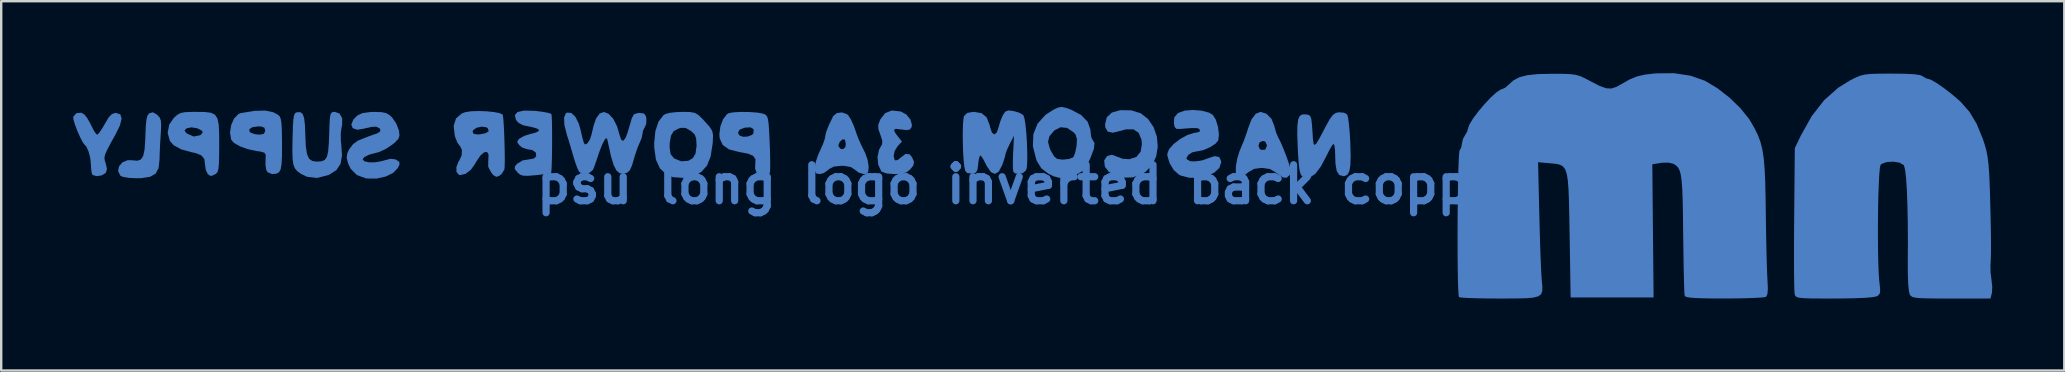
<source format=kicad_pcb>
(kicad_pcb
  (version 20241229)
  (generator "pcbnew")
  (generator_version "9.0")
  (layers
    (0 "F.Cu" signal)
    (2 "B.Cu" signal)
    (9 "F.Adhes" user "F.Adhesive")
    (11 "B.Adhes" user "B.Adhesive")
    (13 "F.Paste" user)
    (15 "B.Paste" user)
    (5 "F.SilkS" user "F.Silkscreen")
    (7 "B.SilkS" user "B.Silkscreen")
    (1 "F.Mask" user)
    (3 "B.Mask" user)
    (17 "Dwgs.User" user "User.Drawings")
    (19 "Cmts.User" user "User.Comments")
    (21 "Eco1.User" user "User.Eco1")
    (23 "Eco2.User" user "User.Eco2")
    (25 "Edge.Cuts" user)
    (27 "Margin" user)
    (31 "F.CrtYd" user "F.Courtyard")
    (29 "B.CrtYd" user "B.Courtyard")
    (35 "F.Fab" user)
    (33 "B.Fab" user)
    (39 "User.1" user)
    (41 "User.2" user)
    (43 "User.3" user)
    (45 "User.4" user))
  (footprint "psu long logo inverted back copper"
    (layer "F.Cu")
    (at 39.878 4.635)
    (property "Reference" "psu long logo inverted back copper" (at 0 0 0) (layer "B.Cu") (effects (font (size 1.5 1.5) (thickness 0.3))))
    (attr board_only exclude_from_pos_files exclude_from_bom)
    (fp_poly (pts (xy -36.393 -2.912) (xy -36.371 -2.893) (xy -36.277 -2.79) (xy -36.227 -2.664) (xy -36.213 -2.469) (xy -36.227 -2.158) (xy -36.233 -2.076) (xy -36.257 -1.691) (xy -36.275 -1.312) (xy -36.282 -1.031) (xy -36.321 -0.683) (xy -36.445 -0.451) (xy -36.678 -0.318) (xy -37.043 -0.263) (xy -37.222 -0.259) (xy -37.556 -0.274) (xy -37.804 -0.315) (xy -37.91 -0.363) (xy -38.008 -0.555) (xy -37.97 -0.755) (xy -37.827 -0.921) (xy -37.61 -1.012) (xy -37.422 -1.009) (xy -37.207 -0.988) (xy -37.058 -1.041) (xy -36.961 -1.19) (xy -36.904 -1.46) (xy -36.876 -1.872) (xy -36.871 -2.021) (xy -36.854 -2.433) (xy -36.827 -2.704) (xy -36.784 -2.867) (xy -36.719 -2.956) (xy -36.701 -2.968) (xy -36.555 -3.007)) (stroke (width 0) (type solid)) (fill yes) (layer "B.Cu"))
    (fp_poly (pts (xy 4.201 -3.088) (xy 4.593 -2.967) (xy 4.905 -2.723) (xy 5.131 -2.39) (xy 5.267 -1.999) (xy 5.306 -1.584) (xy 5.243 -1.178) (xy 5.074 -0.813) (xy 4.792 -0.523) (xy 4.627 -0.425) (xy 4.263 -0.295) (xy 3.908 -0.285) (xy 3.556 -0.369) (xy 3.271 -0.522) (xy 3.101 -0.741) (xy 3.074 -0.99) (xy 3.078 -1.009) (xy 3.197 -1.187) (xy 3.396 -1.238) (xy 3.623 -1.152) (xy 3.84 -1.071) (xy 4.118 -1.053) (xy 4.125 -1.053) (xy 4.415 -1.149) (xy 4.592 -1.366) (xy 4.646 -1.687) (xy 4.626 -1.869) (xy 4.509 -2.153) (xy 4.294 -2.296) (xy 3.98 -2.297) (xy 3.758 -2.234) (xy 3.432 -2.156) (xy 3.223 -2.201) (xy 3.122 -2.372) (xy 3.11 -2.504) (xy 3.182 -2.798) (xy 3.392 -2.996) (xy 3.735 -3.094)) (stroke (width 0) (type solid)) (fill yes) (layer "B.Cu"))
    (fp_poly (pts (xy -39.424 -2.925) (xy -39.302 -2.776) (xy -39.166 -2.54) (xy -39.119 -2.441) (xy -39.007 -2.223) (xy -38.911 -2.091) (xy -38.879 -2.073) (xy -38.8 -2.144) (xy -38.675 -2.326) (xy -38.559 -2.527) (xy -38.4 -2.795) (xy -38.266 -2.935) (xy -38.125 -2.98) (xy -38.1 -2.981) (xy -37.917 -2.922) (xy -37.861 -2.748) (xy -37.932 -2.459) (xy -38.108 -2.097) (xy -38.323 -1.709) (xy -38.465 -1.44) (xy -38.546 -1.256) (xy -38.577 -1.126) (xy -38.568 -1.017) (xy -38.53 -0.896) (xy -38.523 -0.875) (xy -38.471 -0.646) (xy -38.518 -0.494) (xy -38.533 -0.473) (xy -38.695 -0.376) (xy -38.905 -0.346) (xy -39.071 -0.396) (xy -39.079 -0.403) (xy -39.117 -0.52) (xy -39.136 -0.735) (xy -39.137 -0.786) (xy -39.165 -1.085) (xy -39.237 -1.371) (xy -39.334 -1.581) (xy -39.39 -1.64) (xy -39.478 -1.754) (xy -39.592 -1.974) (xy -39.711 -2.245) (xy -39.812 -2.515) (xy -39.873 -2.728) (xy -39.878 -2.822) (xy -39.744 -2.97) (xy -39.55 -2.99)) (stroke (width 0) (type solid)) (fill yes) (layer "B.Cu"))
    (fp_poly (pts (xy -5.408 -3.042) (xy -5.4 -3.039) (xy -5.166 -2.912) (xy -4.999 -2.707) (xy -4.936 -2.481) (xy -4.953 -2.382) (xy -5.024 -2.288) (xy -5.167 -2.266) (xy -5.357 -2.289) (xy -5.598 -2.317) (xy -5.686 -2.278) (xy -5.633 -2.15) (xy -5.527 -2.008) (xy -5.353 -1.786) (xy -5.527 -1.6) (xy -5.655 -1.398) (xy -5.701 -1.185) (xy -5.656 -1.026) (xy -5.627 -1.001) (xy -5.521 -1.022) (xy -5.398 -1.125) (xy -5.2 -1.275) (xy -5.032 -1.257) (xy -4.928 -1.129) (xy -4.849 -0.938) (xy -4.879 -0.789) (xy -5.014 -0.621) (xy -5.17 -0.501) (xy -5.384 -0.444) (xy -5.652 -0.432) (xy -5.984 -0.457) (xy -6.187 -0.529) (xy -6.214 -0.554) (xy -6.338 -0.817) (xy -6.371 -1.142) (xy -6.308 -1.442) (xy -6.268 -1.517) (xy -6.18 -1.677) (xy -6.17 -1.82) (xy -6.235 -2.026) (xy -6.256 -2.08) (xy -6.336 -2.313) (xy -6.339 -2.483) (xy -6.265 -2.682) (xy -6.248 -2.717) (xy -6.052 -2.973) (xy -5.775 -3.081)) (stroke (width 0) (type solid)) (fill yes) (layer "B.Cu"))
    (fp_poly (pts (xy -34.395 -3.019) (xy -34.141 -2.988) (xy -33.971 -2.905) (xy -33.868 -2.747) (xy -33.816 -2.489) (xy -33.797 -2.105) (xy -33.795 -1.618) (xy -33.799 -1.158) (xy -33.809 -0.841) (xy -33.831 -0.636) (xy -33.868 -0.516) (xy -33.925 -0.45) (xy -33.956 -0.43) (xy -34.108 -0.358) (xy -34.197 -0.373) (xy -34.281 -0.449) (xy -34.355 -0.605) (xy -34.385 -0.827) (xy -34.418 -1.064) (xy -34.541 -1.214) (xy -34.788 -1.31) (xy -34.947 -1.343) (xy -35.374 -1.461) (xy -35.692 -1.633) (xy -35.851 -1.81) (xy -35.944 -2.151) (xy -35.924 -2.25) (xy -35.24 -2.25) (xy -35.183 -2.162) (xy -35.124 -2.115) (xy -34.858 -1.996) (xy -34.595 -2.05) (xy -34.559 -2.071) (xy -34.482 -2.176) (xy -34.515 -2.237) (xy -34.708 -2.341) (xy -34.951 -2.38) (xy -35.151 -2.339) (xy -35.163 -2.332) (xy -35.24 -2.25) (xy -35.924 -2.25) (xy -35.877 -2.496) (xy -35.688 -2.771) (xy -35.548 -2.899) (xy -35.41 -2.974) (xy -35.226 -3.011) (xy -34.943 -3.023) (xy -34.751 -3.024)) (stroke (width 0) (type solid)) (fill yes) (layer "B.Cu"))
    (fp_poly (pts (xy -31.539 -3.008) (xy -31.337 -2.898) (xy -31.272 -2.83) (xy -31.228 -2.718) (xy -31.2 -2.531) (xy -31.186 -2.24) (xy -31.18 -1.814) (xy -31.179 -1.682) (xy -31.181 -1.194) (xy -31.197 -0.853) (xy -31.235 -0.633) (xy -31.303 -0.507) (xy -31.411 -0.449) (xy -31.567 -0.434) (xy -31.593 -0.433) (xy -31.776 -0.506) (xy -31.837 -0.606) (xy -31.868 -0.818) (xy -31.864 -1.06) (xy -31.858 -1.232) (xy -31.911 -1.322) (xy -32.069 -1.368) (xy -32.225 -1.391) (xy -32.599 -1.469) (xy -32.932 -1.589) (xy -33.181 -1.731) (xy -33.295 -1.861) (xy -33.345 -2.159) (xy -33.323 -2.308) (xy -32.538 -2.308) (xy -32.535 -2.205) (xy -32.474 -2.152) (xy -32.3 -2.094) (xy -32.117 -2.075) (xy -31.938 -2.106) (xy -31.88 -2.224) (xy -31.88 -2.246) (xy -31.914 -2.366) (xy -32.048 -2.414) (xy -32.177 -2.419) (xy -32.41 -2.387) (xy -32.538 -2.308) (xy -33.323 -2.308) (xy -33.299 -2.472) (xy -33.176 -2.748) (xy -32.996 -2.933) (xy -32.893 -2.974) (xy -32.32 -3.067) (xy -31.877 -3.078)) (stroke (width 0) (type solid)) (fill yes) (layer "B.Cu"))
    (fp_poly (pts (xy -11.72 -3.018) (xy -11.396 -2.996) (xy -11.158 -2.957) (xy -11.121 -2.945) (xy -11.036 -2.905) (xy -10.976 -2.842) (xy -10.935 -2.727) (xy -10.907 -2.529) (xy -10.885 -2.22) (xy -10.864 -1.771) (xy -10.862 -1.727) (xy -10.846 -1.293) (xy -10.84 -0.915) (xy -10.843 -0.632) (xy -10.855 -0.478) (xy -10.858 -0.467) (xy -10.974 -0.368) (xy -11.163 -0.354) (xy -11.349 -0.425) (xy -11.404 -0.475) (xy -11.471 -0.666) (xy -11.461 -0.862) (xy -11.456 -1.057) (xy -11.552 -1.192) (xy -11.772 -1.285) (xy -12.139 -1.353) (xy -12.552 -1.458) (xy -12.818 -1.644) (xy -12.945 -1.92) (xy -12.959 -2.084) (xy -12.95 -2.157) (xy -12.184 -2.157) (xy -12.124 -2.045) (xy -11.97 -1.986) (xy -11.764 -1.999) (xy -11.591 -2.07) (xy -11.54 -2.131) (xy -11.531 -2.302) (xy -11.662 -2.381) (xy -11.906 -2.366) (xy -12.116 -2.282) (xy -12.184 -2.157) (xy -12.95 -2.157) (xy -12.916 -2.423) (xy -12.802 -2.722) (xy -12.643 -2.926) (xy -12.567 -2.97) (xy -12.37 -3.006) (xy -12.066 -3.022)) (stroke (width 0) (type solid)) (fill yes) (layer "B.Cu"))
    (fp_poly (pts (xy -28.778 -2.952) (xy -28.673 -2.759) (xy -28.673 -2.479) (xy -28.698 -2.377) (xy -28.732 -2.133) (xy -28.728 -1.82) (xy -28.713 -1.685) (xy -28.68 -1.209) (xy -28.741 -0.858) (xy -28.91 -0.602) (xy -29.198 -0.415) (xy -29.257 -0.389) (xy -29.717 -0.271) (xy -30.135 -0.32) (xy -30.39 -0.442) (xy -30.537 -0.548) (xy -30.64 -0.666) (xy -30.704 -0.826) (xy -30.738 -1.061) (xy -30.748 -1.4) (xy -30.741 -1.874) (xy -30.738 -1.986) (xy -30.725 -2.416) (xy -30.706 -2.704) (xy -30.678 -2.878) (xy -30.634 -2.969) (xy -30.569 -3.006) (xy -30.553 -3.009) (xy -30.411 -3.01) (xy -30.315 -2.933) (xy -30.255 -2.754) (xy -30.222 -2.448) (xy -30.208 -2.052) (xy -30.188 -1.587) (xy -30.139 -1.269) (xy -30.052 -1.073) (xy -29.914 -0.976) (xy -29.731 -0.952) (xy -29.533 -0.966) (xy -29.396 -1.023) (xy -29.308 -1.151) (xy -29.257 -1.377) (xy -29.228 -1.73) (xy -29.215 -2.07) (xy -29.201 -2.486) (xy -29.185 -2.759) (xy -29.158 -2.919) (xy -29.113 -2.997) (xy -29.044 -3.022) (xy -28.975 -3.024)) (stroke (width 0) (type solid)) (fill yes) (layer "B.Cu"))
    (fp_poly (pts (xy 9.836 -2.945) (xy 10.042 -2.735) (xy 10.161 -2.439) (xy 10.161 -2.438) (xy 10.231 -2.175) (xy 10.322 -1.96) (xy 10.332 -1.944) (xy 10.415 -1.78) (xy 10.532 -1.509) (xy 10.66 -1.185) (xy 10.675 -1.144) (xy 10.791 -0.808) (xy 10.843 -0.591) (xy 10.837 -0.457) (xy 10.799 -0.388) (xy 10.674 -0.281) (xy 10.536 -0.286) (xy 10.342 -0.412) (xy 10.265 -0.475) (xy 9.98 -0.643) (xy 9.639 -0.691) (xy 9.318 -0.65) (xy 9.07 -0.505) (xy 9.036 -0.475) (xy 8.837 -0.31) (xy 8.706 -0.265) (xy 8.611 -0.317) (xy 8.556 -0.475) (xy 8.559 -0.741) (xy 8.613 -1.064) (xy 8.713 -1.391) (xy 8.757 -1.496) (xy 8.804 -1.61) (xy 9.5 -1.61) (xy 9.555 -1.478) (xy 9.611 -1.444) (xy 9.775 -1.443) (xy 9.846 -1.586) (xy 9.849 -1.647) (xy 9.785 -1.787) (xy 9.676 -1.814) (xy 9.545 -1.75) (xy 9.5 -1.61) (xy 8.804 -1.61) (xy 8.897 -1.833) (xy 9.022 -2.184) (xy 9.067 -2.333) (xy 9.211 -2.711) (xy 9.39 -2.946) (xy 9.584 -3.024)) (stroke (width 0) (type solid)) (fill yes) (layer "B.Cu"))
    (fp_poly (pts (xy -14.182 -3.018) (xy -13.983 -2.983) (xy -13.825 -2.89) (xy -13.642 -2.71) (xy -13.564 -2.625) (xy -13.364 -2.401) (xy -13.258 -2.234) (xy -13.222 -2.057) (xy -13.232 -1.8) (xy -13.24 -1.696) (xy -13.322 -1.17) (xy -13.474 -0.786) (xy -13.708 -0.524) (xy -13.947 -0.396) (xy -14.447 -0.273) (xy -14.891 -0.304) (xy -15.169 -0.422) (xy -15.437 -0.672) (xy -15.603 -1.039) (xy -15.671 -1.536) (xy -15.671 -1.538) (xy -15.031 -1.538) (xy -14.991 -1.267) (xy -14.852 -1.093) (xy -14.841 -1.085) (xy -14.548 -0.965) (xy -14.253 -0.986) (xy -14.068 -1.093) (xy -13.953 -1.281) (xy -13.91 -1.589) (xy -13.91 -1.649) (xy -13.925 -1.919) (xy -13.991 -2.087) (xy -14.137 -2.224) (xy -14.159 -2.239) (xy -14.365 -2.355) (xy -14.55 -2.361) (xy -14.669 -2.326) (xy -14.864 -2.216) (xy -14.977 -2.028) (xy -15.026 -1.727) (xy -15.031 -1.538) (xy -15.671 -1.538) (xy -15.674 -1.728) (xy -15.624 -2.227) (xy -15.493 -2.619) (xy -15.291 -2.881) (xy -15.21 -2.935) (xy -15.039 -2.982) (xy -14.76 -3.014) (xy -14.488 -3.024)) (stroke (width 0) (type solid)) (fill yes) (layer "B.Cu"))
    (fp_poly (pts (xy -7.64 -2.926) (xy -7.586 -2.877) (xy -7.476 -2.703) (xy -7.358 -2.442) (xy -7.311 -2.312) (xy -7.224 -2.061) (xy -7.148 -1.864) (xy -7.053 -1.654) (xy -6.911 -1.366) (xy -6.883 -1.311) (xy -6.782 -1.026) (xy -6.739 -0.736) (xy -6.739 -0.727) (xy -6.757 -0.525) (xy -6.833 -0.444) (xy -6.941 -0.432) (xy -7.153 -0.494) (xy -7.3 -0.605) (xy -7.48 -0.727) (xy -7.757 -0.775) (xy -7.862 -0.778) (xy -8.176 -0.748) (xy -8.378 -0.649) (xy -8.423 -0.605) (xy -8.616 -0.472) (xy -8.782 -0.432) (xy -8.926 -0.461) (xy -8.98 -0.584) (xy -8.985 -0.7) (xy -8.946 -0.932) (xy -8.846 -1.228) (xy -8.769 -1.398) (xy -8.673 -1.612) (xy -8.004 -1.612) (xy -7.923 -1.493) (xy -7.814 -1.469) (xy -7.715 -1.544) (xy -7.689 -1.685) (xy -7.725 -1.864) (xy -7.824 -1.883) (xy -7.945 -1.775) (xy -8.004 -1.612) (xy -8.673 -1.612) (xy -8.648 -1.666) (xy -8.57 -1.889) (xy -8.553 -1.981) (xy -8.51 -2.183) (xy -8.39 -2.49) (xy -8.215 -2.851) (xy -8.065 -2.975) (xy -7.848 -3.001)) (stroke (width 0) (type solid)) (fill yes) (layer "B.Cu"))
    (fp_poly (pts (xy -20.671 -3.068) (xy -20.605 -3.062) (xy -20.299 -3.024) (xy -20.068 -2.979) (xy -19.958 -2.937) (xy -19.957 -2.935) (xy -19.943 -2.83) (xy -19.933 -2.594) (xy -19.928 -2.264) (xy -19.926 -1.878) (xy -19.929 -1.477) (xy -19.935 -1.097) (xy -19.944 -0.778) (xy -19.956 -0.558) (xy -19.97 -0.477) (xy -20.065 -0.454) (xy -20.285 -0.423) (xy -20.585 -0.389) (xy -20.605 -0.387) (xy -20.93 -0.361) (xy -21.133 -0.365) (xy -21.262 -0.409) (xy -21.366 -0.5) (xy -21.374 -0.509) (xy -21.484 -0.649) (xy -21.476 -0.75) (xy -21.383 -0.864) (xy -21.148 -1.005) (xy -20.935 -1.037) (xy -20.689 -1.079) (xy -20.59 -1.175) (xy -20.605 -1.329) (xy -20.757 -1.435) (xy -20.959 -1.467) (xy -21.157 -1.53) (xy -21.284 -1.627) (xy -21.379 -1.757) (xy -21.347 -1.851) (xy -21.275 -1.919) (xy -21.089 -2.023) (xy -20.834 -2.103) (xy -20.799 -2.11) (xy -20.592 -2.166) (xy -20.481 -2.233) (xy -20.476 -2.249) (xy -20.497 -2.296) (xy -20.583 -2.339) (xy -20.766 -2.389) (xy -21.082 -2.456) (xy -21.143 -2.469) (xy -21.334 -2.573) (xy -21.434 -2.694) (xy -21.479 -2.89) (xy -21.368 -3.018) (xy -21.098 -3.077)) (stroke (width 0) (type solid)) (fill yes) (layer "B.Cu"))
    (fp_poly (pts (xy 1.481 -3.193) (xy 1.69 -3.117) (xy 2.11 -2.896) (xy 2.384 -2.613) (xy 2.502 -2.28) (xy 2.505 -2.203) (xy 2.529 -1.99) (xy 2.585 -1.862) (xy 2.592 -1.857) (xy 2.67 -1.722) (xy 2.641 -1.474) (xy 2.502 -1.105) (xy 2.455 -1.001) (xy 2.31 -0.724) (xy 2.17 -0.558) (xy 1.983 -0.45) (xy 1.835 -0.394) (xy 1.481 -0.292) (xy 1.212 -0.274) (xy 0.958 -0.344) (xy 0.736 -0.457) (xy 0.455 -0.673) (xy 0.271 -0.972) (xy 0.244 -1.038) (xy 0.103 -1.594) (xy 0.11 -1.773) (xy 0.733 -1.773) (xy 0.811 -1.492) (xy 0.861 -1.387) (xy 0.989 -1.168) (xy 1.115 -1.066) (xy 1.303 -1.038) (xy 1.373 -1.037) (xy 1.611 -1.063) (xy 1.774 -1.127) (xy 1.792 -1.145) (xy 1.856 -1.294) (xy 1.911 -1.536) (xy 1.925 -1.627) (xy 1.938 -1.9) (xy 1.88 -2.079) (xy 1.809 -2.165) (xy 1.53 -2.356) (xy 1.252 -2.384) (xy 0.995 -2.248) (xy 0.99 -2.243) (xy 0.79 -2.005) (xy 0.733 -1.773) (xy 0.11 -1.773) (xy 0.123 -2.096) (xy 0.299 -2.535) (xy 0.628 -2.901) (xy 0.961 -3.115) (xy 1.154 -3.205) (xy 1.303 -3.231)) (stroke (width 0) (type solid)) (fill yes) (layer "B.Cu"))
    (fp_poly (pts (xy 7.121 -3.076) (xy 7.432 -2.996) (xy 7.596 -2.901) (xy 7.722 -2.703) (xy 7.813 -2.409) (xy 7.853 -2.095) (xy 7.827 -1.839) (xy 7.712 -1.7) (xy 7.491 -1.556) (xy 7.226 -1.44) (xy 6.978 -1.384) (xy 6.942 -1.382) (xy 6.744 -1.338) (xy 6.58 -1.233) (xy 6.503 -1.109) (xy 6.515 -1.05) (xy 6.656 -0.969) (xy 6.899 -0.958) (xy 7.189 -1.012) (xy 7.395 -1.089) (xy 7.681 -1.181) (xy 7.868 -1.141) (xy 7.946 -0.97) (xy 7.948 -0.923) (xy 7.87 -0.687) (xy 7.66 -0.493) (xy 7.357 -0.352) (xy 6.999 -0.277) (xy 6.625 -0.278) (xy 6.274 -0.367) (xy 6.191 -0.406) (xy 5.974 -0.597) (xy 5.799 -0.886) (xy 5.707 -1.197) (xy 5.702 -1.276) (xy 5.777 -1.472) (xy 5.971 -1.689) (xy 6.24 -1.896) (xy 6.541 -2.061) (xy 6.827 -2.152) (xy 6.923 -2.16) (xy 7.051 -2.202) (xy 7.062 -2.268) (xy 7.02 -2.323) (xy 6.922 -2.35) (xy 6.731 -2.351) (xy 6.416 -2.328) (xy 6.264 -2.314) (xy 6.082 -2.316) (xy 6.004 -2.403) (xy 5.978 -2.565) (xy 5.994 -2.794) (xy 6.125 -2.952) (xy 6.173 -2.986) (xy 6.424 -3.075) (xy 6.762 -3.104)) (stroke (width 0) (type solid)) (fill yes) (layer "B.Cu"))
    (fp_poly (pts (xy 13.061 -2.99) (xy 13.193 -2.92) (xy 13.23 -2.794) (xy 13.268 -2.533) (xy 13.301 -2.174) (xy 13.326 -1.754) (xy 13.327 -1.724) (xy 13.341 -1.193) (xy 13.33 -0.812) (xy 13.288 -0.559) (xy 13.212 -0.412) (xy 13.097 -0.351) (xy 13.032 -0.346) (xy 12.866 -0.395) (xy 12.762 -0.556) (xy 12.71 -0.85) (xy 12.7 -1.146) (xy 12.69 -1.432) (xy 12.664 -1.627) (xy 12.627 -1.692) (xy 12.624 -1.691) (xy 12.546 -1.591) (xy 12.431 -1.386) (xy 12.356 -1.232) (xy 12.105 -0.756) (xy 11.871 -0.444) (xy 11.646 -0.292) (xy 11.423 -0.292) (xy 11.318 -0.344) (xy 11.259 -0.422) (xy 11.213 -0.59) (xy 11.178 -0.872) (xy 11.149 -1.291) (xy 11.137 -1.53) (xy 11.118 -2.063) (xy 11.122 -2.446) (xy 11.154 -2.702) (xy 11.219 -2.851) (xy 11.323 -2.917) (xy 11.472 -2.921) (xy 11.475 -2.921) (xy 11.59 -2.899) (xy 11.662 -2.843) (xy 11.704 -2.716) (xy 11.731 -2.48) (xy 11.75 -2.203) (xy 11.77 -1.892) (xy 11.796 -1.703) (xy 11.84 -1.642) (xy 11.918 -1.715) (xy 12.045 -1.928) (xy 12.234 -2.285) (xy 12.303 -2.419) (xy 12.469 -2.719) (xy 12.599 -2.894) (xy 12.725 -2.98) (xy 12.849 -3.007)) (stroke (width 0) (type solid)) (fill yes) (layer "B.Cu"))
    (fp_poly (pts (xy -27.029 -3.013) (xy -26.831 -2.971) (xy -26.68 -2.875) (xy -26.589 -2.786) (xy -26.418 -2.536) (xy -26.31 -2.253) (xy -26.307 -2.238) (xy -26.285 -2.042) (xy -26.328 -1.902) (xy -26.467 -1.757) (xy -26.594 -1.654) (xy -26.859 -1.479) (xy -27.129 -1.354) (xy -27.227 -1.327) (xy -27.542 -1.244) (xy -27.751 -1.142) (xy -27.819 -1.044) (xy -27.743 -0.964) (xy -27.551 -0.922) (xy -27.294 -0.924) (xy -27.025 -0.972) (xy -26.95 -0.995) (xy -26.657 -1.07) (xy -26.456 -1.045) (xy -26.429 -1.033) (xy -26.294 -0.943) (xy -26.28 -0.841) (xy -26.352 -0.687) (xy -26.55 -0.481) (xy -26.865 -0.328) (xy -27.246 -0.245) (xy -27.641 -0.249) (xy -27.69 -0.257) (xy -28.063 -0.393) (xy -28.322 -0.657) (xy -28.422 -0.868) (xy -28.486 -1.106) (xy -28.459 -1.298) (xy -28.388 -1.455) (xy -28.224 -1.673) (xy -28.023 -1.823) (xy -28.009 -1.829) (xy -27.771 -1.925) (xy -27.603 -1.992) (xy -27.373 -2.075) (xy -27.231 -2.119) (xy -27.086 -2.209) (xy -27.092 -2.322) (xy -27.245 -2.404) (xy -27.257 -2.407) (xy -27.44 -2.4) (xy -27.69 -2.346) (xy -27.744 -2.329) (xy -28.045 -2.28) (xy -28.233 -2.345) (xy -28.293 -2.495) (xy -28.209 -2.7) (xy -28.044 -2.871) (xy -27.831 -2.973) (xy -27.495 -3.018) (xy -27.338 -3.022)) (stroke (width 0) (type solid)) (fill yes) (layer "B.Cu"))
    (fp_poly (pts (xy -22.665 -3.049) (xy -22.354 -3.018) (xy -22.112 -2.972) (xy -21.988 -2.913) (xy -21.982 -2.903) (xy -21.961 -2.764) (xy -21.942 -2.497) (xy -21.924 -2.143) (xy -21.91 -1.748) (xy -21.901 -1.355) (xy -21.898 -1.006) (xy -21.903 -0.746) (xy -21.914 -0.624) (xy -22.019 -0.45) (xy -22.118 -0.365) (xy -22.248 -0.316) (xy -22.366 -0.382) (xy -22.459 -0.491) (xy -22.589 -0.737) (xy -22.586 -0.997) (xy -22.573 -1.245) (xy -22.638 -1.357) (xy -22.762 -1.339) (xy -22.921 -1.196) (xy -23.096 -0.934) (xy -23.136 -0.858) (xy -23.314 -0.609) (xy -23.535 -0.443) (xy -23.751 -0.391) (xy -23.814 -0.405) (xy -23.91 -0.522) (xy -23.915 -0.722) (xy -23.831 -0.942) (xy -23.799 -0.988) (xy -23.695 -1.212) (xy -23.683 -1.44) (xy -23.764 -1.603) (xy -23.782 -1.616) (xy -23.87 -1.737) (xy -23.959 -1.959) (xy -23.984 -2.045) (xy -24 -2.196) (xy -23.24 -2.196) (xy -23.195 -2.108) (xy -23.034 -2.084) (xy -22.923 -2.09) (xy -22.706 -2.134) (xy -22.579 -2.209) (xy -22.57 -2.225) (xy -22.606 -2.343) (xy -22.672 -2.385) (xy -22.873 -2.409) (xy -23.078 -2.36) (xy -23.217 -2.262) (xy -23.24 -2.196) (xy -24 -2.196) (xy -24.027 -2.445) (xy -23.93 -2.75) (xy -23.697 -2.954) (xy -23.544 -3.012) (xy -23.308 -3.049) (xy -22.999 -3.06)) (stroke (width 0) (type solid)) (fill yes) (layer "B.Cu"))
    (fp_poly (pts (xy -0.709 -3.061) (xy -0.473 -2.993) (xy -0.308 -2.902) (xy -0.294 -2.886) (xy -0.246 -2.745) (xy -0.204 -2.474) (xy -0.169 -2.119) (xy -0.144 -1.721) (xy -0.131 -1.324) (xy -0.132 -0.974) (xy -0.15 -0.712) (xy -0.178 -0.594) (xy -0.31 -0.478) (xy -0.495 -0.434) (xy -0.658 -0.471) (xy -0.715 -0.54) (xy -0.729 -0.673) (xy -0.732 -0.929) (xy -0.722 -1.258) (xy -0.718 -1.339) (xy -0.683 -2.03) (xy -0.86 -1.691) (xy -0.968 -1.464) (xy -1.031 -1.297) (xy -1.037 -1.262) (xy -1.066 -1.132) (xy -1.139 -0.909) (xy -1.18 -0.798) (xy -1.322 -0.533) (xy -1.479 -0.44) (xy -1.646 -0.517) (xy -1.818 -0.766) (xy -1.855 -0.842) (xy -1.968 -1.059) (xy -2.06 -1.191) (xy -2.088 -1.21) (xy -2.131 -1.133) (xy -2.167 -0.939) (xy -2.176 -0.842) (xy -2.207 -0.607) (xy -2.274 -0.494) (xy -2.41 -0.451) (xy -2.43 -0.449) (xy -2.638 -0.478) (xy -2.718 -0.578) (xy -2.756 -0.758) (xy -2.786 -1.056) (xy -2.807 -1.43) (xy -2.818 -1.834) (xy -2.818 -2.224) (xy -2.806 -2.557) (xy -2.782 -2.787) (xy -2.762 -2.856) (xy -2.628 -2.981) (xy -2.382 -3.023) (xy -2.343 -3.024) (xy -2.033 -2.97) (xy -1.825 -2.796) (xy -1.7 -2.482) (xy -1.682 -2.397) (xy -1.604 -2.161) (xy -1.502 -2.084) (xy -1.4 -2.167) (xy -1.336 -2.354) (xy -1.251 -2.639) (xy -1.152 -2.876) (xy -1.051 -3.032) (xy -0.925 -3.084)) (stroke (width 0) (type solid)) (fill yes) (layer "B.Cu"))
    (fp_poly (pts (xy -17.568 -2.94) (xy -17.381 -2.738) (xy -17.221 -2.424) (xy -17.114 -2.055) (xy -17.044 -1.854) (xy -16.957 -1.821) (xy -16.858 -1.955) (xy -16.779 -2.173) (xy -16.695 -2.458) (xy -16.621 -2.709) (xy -16.604 -2.765) (xy -16.512 -2.927) (xy -16.33 -2.98) (xy -16.283 -2.981) (xy -16.095 -2.954) (xy -16.016 -2.84) (xy -15.998 -2.733) (xy -16.007 -2.521) (xy -16.063 -2.391) (xy -16.143 -2.23) (xy -16.156 -2.134) (xy -16.195 -1.938) (xy -16.277 -1.741) (xy -16.375 -1.512) (xy -16.474 -1.216) (xy -16.501 -1.123) (xy -16.598 -0.792) (xy -16.687 -0.594) (xy -16.794 -0.492) (xy -16.942 -0.45) (xy -16.958 -0.448) (xy -17.115 -0.468) (xy -17.246 -0.581) (xy -17.362 -0.807) (xy -17.471 -1.165) (xy -17.583 -1.674) (xy -17.599 -1.754) (xy -17.639 -1.914) (xy -17.689 -1.921) (xy -17.751 -1.84) (xy -17.835 -1.673) (xy -17.941 -1.409) (xy -18.01 -1.21) (xy -18.105 -0.926) (xy -18.188 -0.697) (xy -18.227 -0.605) (xy -18.363 -0.49) (xy -18.568 -0.449) (xy -18.755 -0.492) (xy -18.806 -0.536) (xy -18.874 -0.675) (xy -18.964 -0.923) (xy -19.039 -1.166) (xy -19.143 -1.525) (xy -19.253 -1.887) (xy -19.313 -2.073) (xy -19.414 -2.475) (xy -19.429 -2.777) (xy -19.359 -2.959) (xy -19.306 -2.994) (xy -19.126 -2.98) (xy -18.955 -2.817) (xy -18.813 -2.53) (xy -18.748 -2.304) (xy -18.67 -1.964) (xy -18.615 -1.764) (xy -18.569 -1.677) (xy -18.517 -1.675) (xy -18.447 -1.727) (xy -18.349 -1.879) (xy -18.276 -2.113) (xy -18.27 -2.147) (xy -18.197 -2.456) (xy -18.094 -2.749) (xy -17.943 -2.96) (xy -17.762 -3.019)) (stroke (width 0) (type solid)) (fill yes) (layer "B.Cu"))
    (fp_poly (pts (xy 36.425 -4.612) (xy 36.818 -4.592) (xy 37.062 -4.557) (xy 37.164 -4.513) (xy 37.319 -4.419) (xy 37.385 -4.406) (xy 37.535 -4.353) (xy 37.778 -4.21) (xy 38.076 -4.002) (xy 38.394 -3.756) (xy 38.696 -3.497) (xy 38.76 -3.438) (xy 39.123 -3.025) (xy 39.423 -2.522) (xy 39.681 -1.893) (xy 39.758 -1.656) (xy 39.827 -1.406) (xy 39.879 -1.133) (xy 39.918 -0.805) (xy 39.947 -0.389) (xy 39.97 0.147) (xy 39.982 0.562) (xy 40.001 1.302) (xy 40.013 1.894) (xy 40.019 2.365) (xy 40.019 2.74) (xy 40.013 3.044) (xy 40.001 3.303) (xy 39.996 3.369) (xy 40.001 3.673) (xy 40.041 3.985) (xy 40.042 3.991) (xy 40.072 4.268) (xy 40.057 4.513) (xy 40.053 4.531) (xy 39.997 4.752) (xy 38.361 4.752) (xy 37.789 4.751) (xy 37.366 4.746) (xy 37.068 4.736) (xy 36.87 4.717) (xy 36.748 4.687) (xy 36.678 4.644) (xy 36.635 4.586) (xy 36.633 4.581) (xy 36.597 4.427) (xy 36.57 4.135) (xy 36.555 3.742) (xy 36.552 3.307) (xy 36.557 2.385) (xy 36.551 1.554) (xy 36.536 0.825) (xy 36.512 0.213) (xy 36.481 -0.269) (xy 36.441 -0.607) (xy 36.394 -0.79) (xy 36.383 -0.808) (xy 36.209 -0.908) (xy 35.948 -0.95) (xy 35.675 -0.934) (xy 35.464 -0.858) (xy 35.421 -0.82) (xy 35.391 -0.7) (xy 35.366 -0.435) (xy 35.345 -0.052) (xy 35.328 0.422) (xy 35.316 0.96) (xy 35.309 1.533) (xy 35.308 2.116) (xy 35.312 2.679) (xy 35.322 3.197) (xy 35.338 3.642) (xy 35.36 3.986) (xy 35.375 4.12) (xy 35.403 4.389) (xy 35.386 4.541) (xy 35.312 4.629) (xy 35.262 4.658) (xy 35.107 4.693) (xy 34.799 4.721) (xy 34.357 4.74) (xy 33.798 4.75) (xy 33.485 4.752) (xy 32.923 4.751) (xy 32.51 4.748) (xy 32.222 4.738) (xy 32.035 4.72) (xy 31.926 4.691) (xy 31.871 4.648) (xy 31.845 4.587) (xy 31.838 4.557) (xy 31.828 4.427) (xy 31.82 4.145) (xy 31.815 3.734) (xy 31.812 3.215) (xy 31.812 2.61) (xy 31.815 1.94) (xy 31.819 1.426) (xy 31.845 -1.512) (xy 32.093 -2.03) (xy 32.548 -2.844) (xy 33.063 -3.506) (xy 33.651 -4.028) (xy 34.169 -4.348) (xy 34.383 -4.455) (xy 34.565 -4.53) (xy 34.753 -4.577) (xy 34.987 -4.603) (xy 35.307 -4.615) (xy 35.751 -4.618) (xy 35.872 -4.618)) (stroke (width 0) (type solid)) (fill yes) (layer "B.Cu"))
    (fp_poly (pts (xy 27.504 -4.531) (xy 28.093 -4.324) (xy 28.115 -4.314) (xy 28.62 -4.01) (xy 29.125 -3.617) (xy 29.579 -3.178) (xy 29.932 -2.739) (xy 30.006 -2.624) (xy 30.176 -2.324) (xy 30.312 -2.045) (xy 30.417 -1.762) (xy 30.495 -1.449) (xy 30.551 -1.08) (xy 30.589 -0.632) (xy 30.614 -0.077) (xy 30.629 0.609) (xy 30.636 1.123) (xy 30.644 1.765) (xy 30.656 2.387) (xy 30.669 2.956) (xy 30.683 3.44) (xy 30.697 3.806) (xy 30.706 3.97) (xy 30.723 4.348) (xy 30.703 4.577) (xy 30.647 4.681) (xy 30.647 4.682) (xy 30.53 4.703) (xy 30.27 4.722) (xy 29.895 4.737) (xy 29.434 4.747) (xy 28.918 4.75) (xy 28.311 4.748) (xy 27.86 4.738) (xy 27.547 4.721) (xy 27.355 4.694) (xy 27.267 4.657) (xy 27.258 4.644) (xy 27.247 4.532) (xy 27.236 4.271) (xy 27.225 3.883) (xy 27.214 3.391) (xy 27.205 2.818) (xy 27.197 2.187) (xy 27.195 2.073) (xy 27.186 1.311) (xy 27.175 0.703) (xy 27.158 0.229) (xy 27.133 -0.129) (xy 27.098 -0.391) (xy 27.049 -0.576) (xy 26.984 -0.702) (xy 26.901 -0.789) (xy 26.796 -0.857) (xy 26.783 -0.863) (xy 26.588 -0.909) (xy 26.319 -0.905) (xy 26.262 -0.897) (xy 25.909 -0.84) (xy 25.935 1.934) (xy 25.962 4.709) (xy 24.234 4.709) (xy 22.506 4.709) (xy 22.463 2.097) (xy 22.45 1.312) (xy 22.436 0.682) (xy 22.417 0.189) (xy 22.387 -0.183) (xy 22.341 -0.453) (xy 22.275 -0.638) (xy 22.183 -0.755) (xy 22.06 -0.823) (xy 21.902 -0.858) (xy 21.703 -0.878) (xy 21.612 -0.886) (xy 21.15 -0.927) (xy 21.202 1.286) (xy 21.218 1.919) (xy 21.236 2.521) (xy 21.256 3.064) (xy 21.275 3.517) (xy 21.293 3.849) (xy 21.304 3.999) (xy 21.328 4.247) (xy 21.326 4.433) (xy 21.279 4.567) (xy 21.166 4.657) (xy 20.965 4.712) (xy 20.657 4.74) (xy 20.221 4.75) (xy 19.636 4.752) (xy 19.529 4.752) (xy 19.017 4.749) (xy 18.566 4.741) (xy 18.203 4.728) (xy 17.957 4.712) (xy 17.855 4.694) (xy 17.855 4.694) (xy 17.837 4.592) (xy 17.822 4.342) (xy 17.81 3.969) (xy 17.802 3.496) (xy 17.797 2.948) (xy 17.795 2.348) (xy 17.796 1.721) (xy 17.8 1.091) (xy 17.807 0.481) (xy 17.816 -0.083) (xy 17.828 -0.579) (xy 17.842 -0.982) (xy 17.859 -1.268) (xy 17.877 -1.413) (xy 17.884 -1.426) (xy 17.953 -1.546) (xy 17.97 -1.673) (xy 18.022 -1.899) (xy 18.097 -2.035) (xy 18.198 -2.211) (xy 18.227 -2.317) (xy 18.286 -2.494) (xy 18.44 -2.746) (xy 18.659 -3.04) (xy 18.914 -3.343) (xy 19.174 -3.619) (xy 19.412 -3.836) (xy 19.597 -3.959) (xy 19.658 -3.974) (xy 19.785 -4.033) (xy 19.92 -4.154) (xy 20.127 -4.339) (xy 20.378 -4.47) (xy 20.704 -4.553) (xy 21.138 -4.598) (xy 21.711 -4.611) (xy 21.728 -4.611) (xy 22.169 -4.609) (xy 22.482 -4.598) (xy 22.712 -4.569) (xy 22.906 -4.513) (xy 23.108 -4.421) (xy 23.35 -4.292) (xy 23.716 -4.105) (xy 23.984 -4.008) (xy 24.201 -3.996) (xy 24.413 -4.065) (xy 24.603 -4.172) (xy 24.957 -4.372) (xy 25.27 -4.501) (xy 25.611 -4.579) (xy 26.052 -4.628) (xy 26.069 -4.63) (xy 26.815 -4.635)) (stroke (width 0) (type solid)) (fill yes) (layer "B.Cu")))
  (gr_rect
    (start -3 -3)
    (end 82.95 12.387)
    (stroke (width 0.1) (type default))
    (fill no)
    (layer "Edge.Cuts")))
</source>
